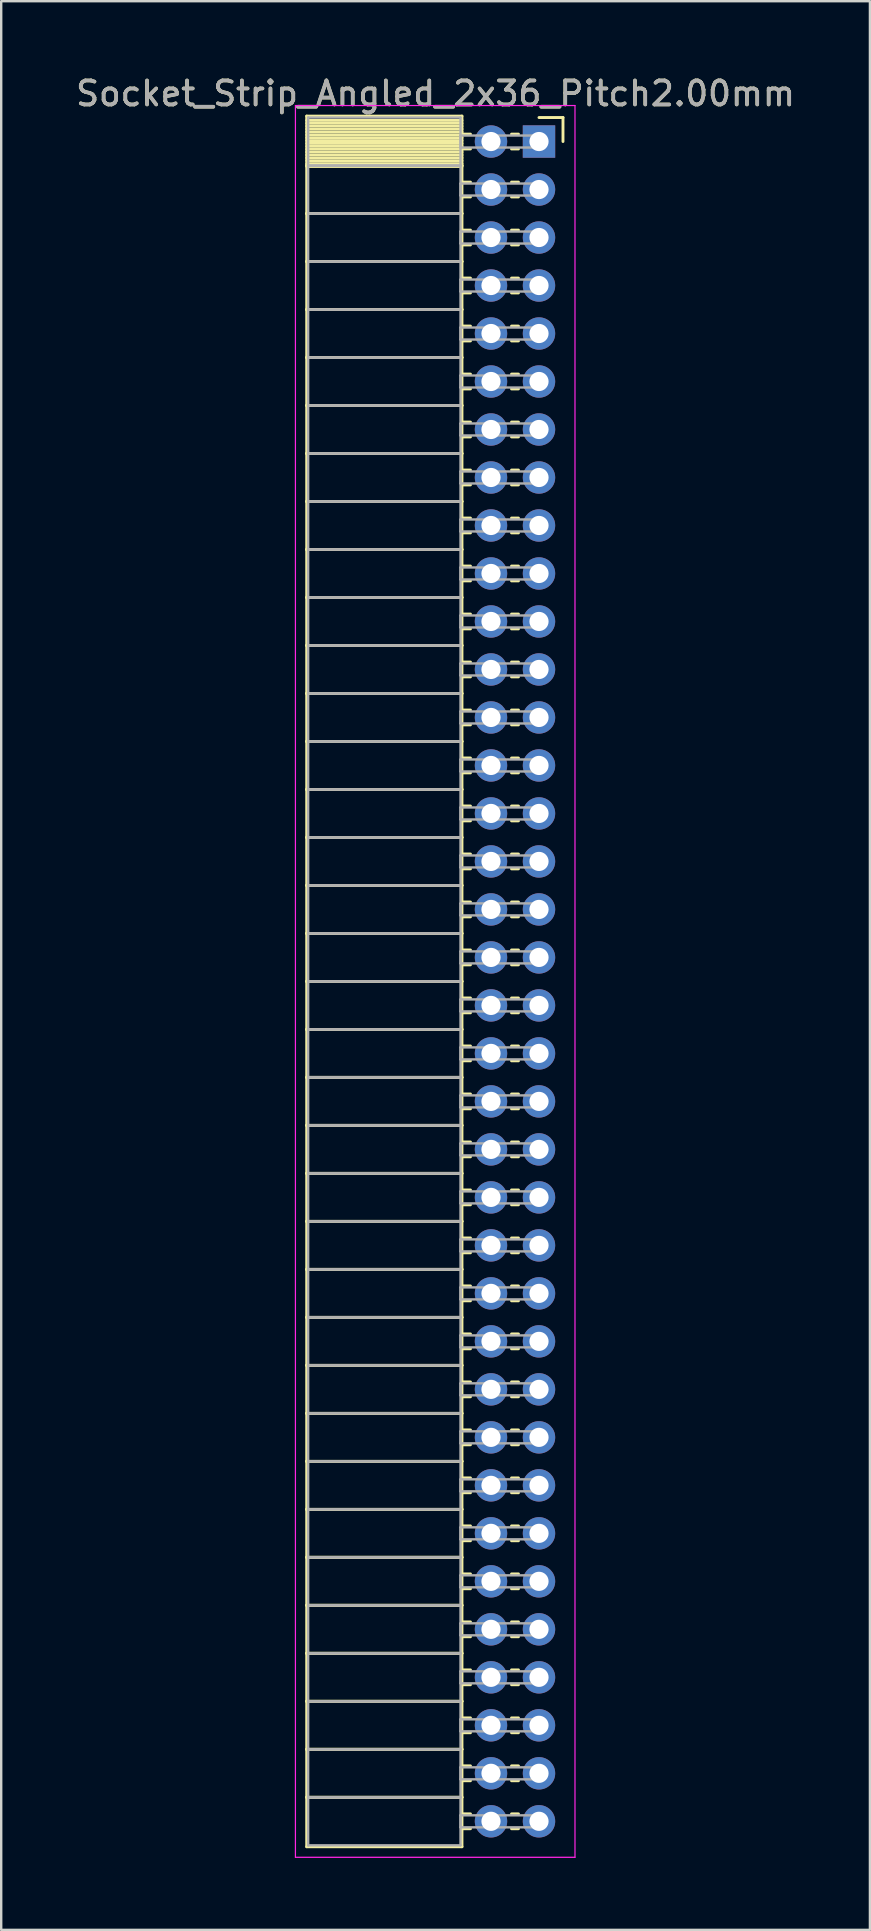
<source format=kicad_pcb>
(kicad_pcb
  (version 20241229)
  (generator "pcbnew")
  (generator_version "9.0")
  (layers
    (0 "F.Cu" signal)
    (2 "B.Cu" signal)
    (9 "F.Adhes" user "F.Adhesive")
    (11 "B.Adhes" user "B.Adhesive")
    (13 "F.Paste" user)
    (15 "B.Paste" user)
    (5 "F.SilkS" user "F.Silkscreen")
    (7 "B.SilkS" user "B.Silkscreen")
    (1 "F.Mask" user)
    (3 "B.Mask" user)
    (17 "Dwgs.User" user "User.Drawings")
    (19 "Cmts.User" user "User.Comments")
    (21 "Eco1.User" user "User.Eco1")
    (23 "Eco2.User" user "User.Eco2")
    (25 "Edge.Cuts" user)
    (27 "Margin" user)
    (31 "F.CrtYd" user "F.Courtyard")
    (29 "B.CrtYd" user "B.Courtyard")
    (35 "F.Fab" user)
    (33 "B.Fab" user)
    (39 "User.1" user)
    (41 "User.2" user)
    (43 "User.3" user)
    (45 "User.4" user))
  (footprint "Socket_Strip_Angled_2x36_Pitch2.00mm"
    (layer "F.Cu")
    (at 19.411 2.848)
    (property "Reference" "Socket_Strip_Angled_2x36_Pitch2.00mm" (at -4.31 -2 0) (layer "F.SilkS") (effects (font (size 1 1) (thickness 0.15))))
    (attr through_hole)
    (fp_line (start -9.68 -1.06) (end -3.21 -1.06) (stroke (width 0.12) (type solid)) (layer "F.SilkS"))
    (fp_line (start -9.68 1) (end -9.68 -1.06) (stroke (width 0.12) (type solid)) (layer "F.SilkS"))
    (fp_line (start -9.68 1) (end -3.21 1) (stroke (width 0.12) (type solid)) (layer "F.SilkS"))
    (fp_line (start -9.68 3) (end -9.68 1) (stroke (width 0.12) (type solid)) (layer "F.SilkS"))
    (fp_line (start -9.68 3) (end -3.21 3) (stroke (width 0.12) (type solid)) (layer "F.SilkS"))
    (fp_line (start -9.68 5) (end -9.68 3) (stroke (width 0.12) (type solid)) (layer "F.SilkS"))
    (fp_line (start -9.68 5) (end -3.21 5) (stroke (width 0.12) (type solid)) (layer "F.SilkS"))
    (fp_line (start -9.68 7) (end -9.68 5) (stroke (width 0.12) (type solid)) (layer "F.SilkS"))
    (fp_line (start -9.68 7) (end -3.21 7) (stroke (width 0.12) (type solid)) (layer "F.SilkS"))
    (fp_line (start -9.68 9) (end -9.68 7) (stroke (width 0.12) (type solid)) (layer "F.SilkS"))
    (fp_line (start -9.68 9) (end -3.21 9) (stroke (width 0.12) (type solid)) (layer "F.SilkS"))
    (fp_line (start -9.68 11) (end -9.68 9) (stroke (width 0.12) (type solid)) (layer "F.SilkS"))
    (fp_line (start -9.68 11) (end -3.21 11) (stroke (width 0.12) (type solid)) (layer "F.SilkS"))
    (fp_line (start -9.68 13) (end -9.68 11) (stroke (width 0.12) (type solid)) (layer "F.SilkS"))
    (fp_line (start -9.68 13) (end -3.21 13) (stroke (width 0.12) (type solid)) (layer "F.SilkS"))
    (fp_line (start -9.68 15) (end -9.68 13) (stroke (width 0.12) (type solid)) (layer "F.SilkS"))
    (fp_line (start -9.68 15) (end -3.21 15) (stroke (width 0.12) (type solid)) (layer "F.SilkS"))
    (fp_line (start -9.68 17) (end -9.68 15) (stroke (width 0.12) (type solid)) (layer "F.SilkS"))
    (fp_line (start -9.68 17) (end -3.21 17) (stroke (width 0.12) (type solid)) (layer "F.SilkS"))
    (fp_line (start -9.68 19) (end -9.68 17) (stroke (width 0.12) (type solid)) (layer "F.SilkS"))
    (fp_line (start -9.68 19) (end -3.21 19) (stroke (width 0.12) (type solid)) (layer "F.SilkS"))
    (fp_line (start -9.68 21) (end -9.68 19) (stroke (width 0.12) (type solid)) (layer "F.SilkS"))
    (fp_line (start -9.68 21) (end -3.21 21) (stroke (width 0.12) (type solid)) (layer "F.SilkS"))
    (fp_line (start -9.68 23) (end -9.68 21) (stroke (width 0.12) (type solid)) (layer "F.SilkS"))
    (fp_line (start -9.68 23) (end -3.21 23) (stroke (width 0.12) (type solid)) (layer "F.SilkS"))
    (fp_line (start -9.68 25) (end -9.68 23) (stroke (width 0.12) (type solid)) (layer "F.SilkS"))
    (fp_line (start -9.68 25) (end -3.21 25) (stroke (width 0.12) (type solid)) (layer "F.SilkS"))
    (fp_line (start -9.68 27) (end -9.68 25) (stroke (width 0.12) (type solid)) (layer "F.SilkS"))
    (fp_line (start -9.68 27) (end -3.21 27) (stroke (width 0.12) (type solid)) (layer "F.SilkS"))
    (fp_line (start -9.68 29) (end -9.68 27) (stroke (width 0.12) (type solid)) (layer "F.SilkS"))
    (fp_line (start -9.68 29) (end -3.21 29) (stroke (width 0.12) (type solid)) (layer "F.SilkS"))
    (fp_line (start -9.68 31) (end -9.68 29) (stroke (width 0.12) (type solid)) (layer "F.SilkS"))
    (fp_line (start -9.68 31) (end -3.21 31) (stroke (width 0.12) (type solid)) (layer "F.SilkS"))
    (fp_line (start -9.68 33) (end -9.68 31) (stroke (width 0.12) (type solid)) (layer "F.SilkS"))
    (fp_line (start -9.68 33) (end -3.21 33) (stroke (width 0.12) (type solid)) (layer "F.SilkS"))
    (fp_line (start -9.68 35) (end -9.68 33) (stroke (width 0.12) (type solid)) (layer "F.SilkS"))
    (fp_line (start -9.68 35) (end -3.21 35) (stroke (width 0.12) (type solid)) (layer "F.SilkS"))
    (fp_line (start -9.68 37) (end -9.68 35) (stroke (width 0.12) (type solid)) (layer "F.SilkS"))
    (fp_line (start -9.68 37) (end -3.21 37) (stroke (width 0.12) (type solid)) (layer "F.SilkS"))
    (fp_line (start -9.68 39) (end -9.68 37) (stroke (width 0.12) (type solid)) (layer "F.SilkS"))
    (fp_line (start -9.68 39) (end -3.21 39) (stroke (width 0.12) (type solid)) (layer "F.SilkS"))
    (fp_line (start -9.68 41) (end -9.68 39) (stroke (width 0.12) (type solid)) (layer "F.SilkS"))
    (fp_line (start -9.68 41) (end -3.21 41) (stroke (width 0.12) (type solid)) (layer "F.SilkS"))
    (fp_line (start -9.68 43) (end -9.68 41) (stroke (width 0.12) (type solid)) (layer "F.SilkS"))
    (fp_line (start -9.68 43) (end -3.21 43) (stroke (width 0.12) (type solid)) (layer "F.SilkS"))
    (fp_line (start -9.68 45) (end -9.68 43) (stroke (width 0.12) (type solid)) (layer "F.SilkS"))
    (fp_line (start -9.68 45) (end -3.21 45) (stroke (width 0.12) (type solid)) (layer "F.SilkS"))
    (fp_line (start -9.68 47) (end -9.68 45) (stroke (width 0.12) (type solid)) (layer "F.SilkS"))
    (fp_line (start -9.68 47) (end -3.21 47) (stroke (width 0.12) (type solid)) (layer "F.SilkS"))
    (fp_line (start -9.68 49) (end -9.68 47) (stroke (width 0.12) (type solid)) (layer "F.SilkS"))
    (fp_line (start -9.68 49) (end -3.21 49) (stroke (width 0.12) (type solid)) (layer "F.SilkS"))
    (fp_line (start -9.68 51) (end -9.68 49) (stroke (width 0.12) (type solid)) (layer "F.SilkS"))
    (fp_line (start -9.68 51) (end -3.21 51) (stroke (width 0.12) (type solid)) (layer "F.SilkS"))
    (fp_line (start -9.68 53) (end -9.68 51) (stroke (width 0.12) (type solid)) (layer "F.SilkS"))
    (fp_line (start -9.68 53) (end -3.21 53) (stroke (width 0.12) (type solid)) (layer "F.SilkS"))
    (fp_line (start -9.68 55) (end -9.68 53) (stroke (width 0.12) (type solid)) (layer "F.SilkS"))
    (fp_line (start -9.68 55) (end -3.21 55) (stroke (width 0.12) (type solid)) (layer "F.SilkS"))
    (fp_line (start -9.68 57) (end -9.68 55) (stroke (width 0.12) (type solid)) (layer "F.SilkS"))
    (fp_line (start -9.68 57) (end -3.21 57) (stroke (width 0.12) (type solid)) (layer "F.SilkS"))
    (fp_line (start -9.68 59) (end -9.68 57) (stroke (width 0.12) (type solid)) (layer "F.SilkS"))
    (fp_line (start -9.68 59) (end -3.21 59) (stroke (width 0.12) (type solid)) (layer "F.SilkS"))
    (fp_line (start -9.68 61) (end -9.68 59) (stroke (width 0.12) (type solid)) (layer "F.SilkS"))
    (fp_line (start -9.68 61) (end -3.21 61) (stroke (width 0.12) (type solid)) (layer "F.SilkS"))
    (fp_line (start -9.68 63) (end -9.68 61) (stroke (width 0.12) (type solid)) (layer "F.SilkS"))
    (fp_line (start -9.68 63) (end -3.21 63) (stroke (width 0.12) (type solid)) (layer "F.SilkS"))
    (fp_line (start -9.68 65) (end -9.68 63) (stroke (width 0.12) (type solid)) (layer "F.SilkS"))
    (fp_line (start -9.68 65) (end -3.21 65) (stroke (width 0.12) (type solid)) (layer "F.SilkS"))
    (fp_line (start -9.68 67) (end -9.68 65) (stroke (width 0.12) (type solid)) (layer "F.SilkS"))
    (fp_line (start -9.68 67) (end -3.21 67) (stroke (width 0.12) (type solid)) (layer "F.SilkS"))
    (fp_line (start -9.68 69) (end -9.68 67) (stroke (width 0.12) (type solid)) (layer "F.SilkS"))
    (fp_line (start -9.68 69) (end -3.21 69) (stroke (width 0.12) (type solid)) (layer "F.SilkS"))
    (fp_line (start -9.68 71.06) (end -9.68 69) (stroke (width 0.12) (type solid)) (layer "F.SilkS"))
    (fp_line (start -3.21 -1.06) (end -3.21 1) (stroke (width 0.12) (type solid)) (layer "F.SilkS"))
    (fp_line (start -3.21 -0.88) (end -9.68 -0.88) (stroke (width 0.12) (type solid)) (layer "F.SilkS"))
    (fp_line (start -3.21 -0.76) (end -9.68 -0.76) (stroke (width 0.12) (type solid)) (layer "F.SilkS"))
    (fp_line (start -3.21 -0.64) (end -9.68 -0.64) (stroke (width 0.12) (type solid)) (layer "F.SilkS"))
    (fp_line (start -3.21 -0.52) (end -9.68 -0.52) (stroke (width 0.12) (type solid)) (layer "F.SilkS"))
    (fp_line (start -3.21 -0.4) (end -9.68 -0.4) (stroke (width 0.12) (type solid)) (layer "F.SilkS"))
    (fp_line (start -3.21 -0.28) (end -9.68 -0.28) (stroke (width 0.12) (type solid)) (layer "F.SilkS"))
    (fp_line (start -3.21 -0.16) (end -9.68 -0.16) (stroke (width 0.12) (type solid)) (layer "F.SilkS"))
    (fp_line (start -3.21 -0.04) (end -9.68 -0.04) (stroke (width 0.12) (type solid)) (layer "F.SilkS"))
    (fp_line (start -3.21 0.08) (end -9.68 0.08) (stroke (width 0.12) (type solid)) (layer "F.SilkS"))
    (fp_line (start -3.21 0.2) (end -9.68 0.2) (stroke (width 0.12) (type solid)) (layer "F.SilkS"))
    (fp_line (start -3.21 0.32) (end -9.68 0.32) (stroke (width 0.12) (type solid)) (layer "F.SilkS"))
    (fp_line (start -3.21 0.44) (end -9.68 0.44) (stroke (width 0.12) (type solid)) (layer "F.SilkS"))
    (fp_line (start -3.21 0.56) (end -9.68 0.56) (stroke (width 0.12) (type solid)) (layer "F.SilkS"))
    (fp_line (start -3.21 0.68) (end -9.68 0.68) (stroke (width 0.12) (type solid)) (layer "F.SilkS"))
    (fp_line (start -3.21 0.8) (end -9.68 0.8) (stroke (width 0.12) (type solid)) (layer "F.SilkS"))
    (fp_line (start -3.21 0.92) (end -9.68 0.92) (stroke (width 0.12) (type solid)) (layer "F.SilkS"))
    (fp_line (start -3.21 1) (end -9.68 1) (stroke (width 0.12) (type solid)) (layer "F.SilkS"))
    (fp_line (start -3.21 1) (end -3.21 3) (stroke (width 0.12) (type solid)) (layer "F.SilkS"))
    (fp_line (start -3.21 1.04) (end -9.68 1.04) (stroke (width 0.12) (type solid)) (layer "F.SilkS"))
    (fp_line (start -3.21 3) (end -9.68 3) (stroke (width 0.12) (type solid)) (layer "F.SilkS"))
    (fp_line (start -3.21 3) (end -3.21 5) (stroke (width 0.12) (type solid)) (layer "F.SilkS"))
    (fp_line (start -3.21 5) (end -9.68 5) (stroke (width 0.12) (type solid)) (layer "F.SilkS"))
    (fp_line (start -3.21 5) (end -3.21 7) (stroke (width 0.12) (type solid)) (layer "F.SilkS"))
    (fp_line (start -3.21 7) (end -9.68 7) (stroke (width 0.12) (type solid)) (layer "F.SilkS"))
    (fp_line (start -3.21 7) (end -3.21 9) (stroke (width 0.12) (type solid)) (layer "F.SilkS"))
    (fp_line (start -3.21 9) (end -9.68 9) (stroke (width 0.12) (type solid)) (layer "F.SilkS"))
    (fp_line (start -3.21 9) (end -3.21 11) (stroke (width 0.12) (type solid)) (layer "F.SilkS"))
    (fp_line (start -3.21 11) (end -9.68 11) (stroke (width 0.12) (type solid)) (layer "F.SilkS"))
    (fp_line (start -3.21 11) (end -3.21 13) (stroke (width 0.12) (type solid)) (layer "F.SilkS"))
    (fp_line (start -3.21 13) (end -9.68 13) (stroke (width 0.12) (type solid)) (layer "F.SilkS"))
    (fp_line (start -3.21 13) (end -3.21 15) (stroke (width 0.12) (type solid)) (layer "F.SilkS"))
    (fp_line (start -3.21 15) (end -9.68 15) (stroke (width 0.12) (type solid)) (layer "F.SilkS"))
    (fp_line (start -3.21 15) (end -3.21 17) (stroke (width 0.12) (type solid)) (layer "F.SilkS"))
    (fp_line (start -3.21 17) (end -9.68 17) (stroke (width 0.12) (type solid)) (layer "F.SilkS"))
    (fp_line (start -3.21 17) (end -3.21 19) (stroke (width 0.12) (type solid)) (layer "F.SilkS"))
    (fp_line (start -3.21 19) (end -9.68 19) (stroke (width 0.12) (type solid)) (layer "F.SilkS"))
    (fp_line (start -3.21 19) (end -3.21 21) (stroke (width 0.12) (type solid)) (layer "F.SilkS"))
    (fp_line (start -3.21 21) (end -9.68 21) (stroke (width 0.12) (type solid)) (layer "F.SilkS"))
    (fp_line (start -3.21 21) (end -3.21 23) (stroke (width 0.12) (type solid)) (layer "F.SilkS"))
    (fp_line (start -3.21 23) (end -9.68 23) (stroke (width 0.12) (type solid)) (layer "F.SilkS"))
    (fp_line (start -3.21 23) (end -3.21 25) (stroke (width 0.12) (type solid)) (layer "F.SilkS"))
    (fp_line (start -3.21 25) (end -9.68 25) (stroke (width 0.12) (type solid)) (layer "F.SilkS"))
    (fp_line (start -3.21 25) (end -3.21 27) (stroke (width 0.12) (type solid)) (layer "F.SilkS"))
    (fp_line (start -3.21 27) (end -9.68 27) (stroke (width 0.12) (type solid)) (layer "F.SilkS"))
    (fp_line (start -3.21 27) (end -3.21 29) (stroke (width 0.12) (type solid)) (layer "F.SilkS"))
    (fp_line (start -3.21 29) (end -9.68 29) (stroke (width 0.12) (type solid)) (layer "F.SilkS"))
    (fp_line (start -3.21 29) (end -3.21 31) (stroke (width 0.12) (type solid)) (layer "F.SilkS"))
    (fp_line (start -3.21 31) (end -9.68 31) (stroke (width 0.12) (type solid)) (layer "F.SilkS"))
    (fp_line (start -3.21 31) (end -3.21 33) (stroke (width 0.12) (type solid)) (layer "F.SilkS"))
    (fp_line (start -3.21 33) (end -9.68 33) (stroke (width 0.12) (type solid)) (layer "F.SilkS"))
    (fp_line (start -3.21 33) (end -3.21 35) (stroke (width 0.12) (type solid)) (layer "F.SilkS"))
    (fp_line (start -3.21 35) (end -9.68 35) (stroke (width 0.12) (type solid)) (layer "F.SilkS"))
    (fp_line (start -3.21 35) (end -3.21 37) (stroke (width 0.12) (type solid)) (layer "F.SilkS"))
    (fp_line (start -3.21 37) (end -9.68 37) (stroke (width 0.12) (type solid)) (layer "F.SilkS"))
    (fp_line (start -3.21 37) (end -3.21 39) (stroke (width 0.12) (type solid)) (layer "F.SilkS"))
    (fp_line (start -3.21 39) (end -9.68 39) (stroke (width 0.12) (type solid)) (layer "F.SilkS"))
    (fp_line (start -3.21 39) (end -3.21 41) (stroke (width 0.12) (type solid)) (layer "F.SilkS"))
    (fp_line (start -3.21 41) (end -9.68 41) (stroke (width 0.12) (type solid)) (layer "F.SilkS"))
    (fp_line (start -3.21 41) (end -3.21 43) (stroke (width 0.12) (type solid)) (layer "F.SilkS"))
    (fp_line (start -3.21 43) (end -9.68 43) (stroke (width 0.12) (type solid)) (layer "F.SilkS"))
    (fp_line (start -3.21 43) (end -3.21 45) (stroke (width 0.12) (type solid)) (layer "F.SilkS"))
    (fp_line (start -3.21 45) (end -9.68 45) (stroke (width 0.12) (type solid)) (layer "F.SilkS"))
    (fp_line (start -3.21 45) (end -3.21 47) (stroke (width 0.12) (type solid)) (layer "F.SilkS"))
    (fp_line (start -3.21 47) (end -9.68 47) (stroke (width 0.12) (type solid)) (layer "F.SilkS"))
    (fp_line (start -3.21 47) (end -3.21 49) (stroke (width 0.12) (type solid)) (layer "F.SilkS"))
    (fp_line (start -3.21 49) (end -9.68 49) (stroke (width 0.12) (type solid)) (layer "F.SilkS"))
    (fp_line (start -3.21 49) (end -3.21 51) (stroke (width 0.12) (type solid)) (layer "F.SilkS"))
    (fp_line (start -3.21 51) (end -9.68 51) (stroke (width 0.12) (type solid)) (layer "F.SilkS"))
    (fp_line (start -3.21 51) (end -3.21 53) (stroke (width 0.12) (type solid)) (layer "F.SilkS"))
    (fp_line (start -3.21 53) (end -9.68 53) (stroke (width 0.12) (type solid)) (layer "F.SilkS"))
    (fp_line (start -3.21 53) (end -3.21 55) (stroke (width 0.12) (type solid)) (layer "F.SilkS"))
    (fp_line (start -3.21 55) (end -9.68 55) (stroke (width 0.12) (type solid)) (layer "F.SilkS"))
    (fp_line (start -3.21 55) (end -3.21 57) (stroke (width 0.12) (type solid)) (layer "F.SilkS"))
    (fp_line (start -3.21 57) (end -9.68 57) (stroke (width 0.12) (type solid)) (layer "F.SilkS"))
    (fp_line (start -3.21 57) (end -3.21 59) (stroke (width 0.12) (type solid)) (layer "F.SilkS"))
    (fp_line (start -3.21 59) (end -9.68 59) (stroke (width 0.12) (type solid)) (layer "F.SilkS"))
    (fp_line (start -3.21 59) (end -3.21 61) (stroke (width 0.12) (type solid)) (layer "F.SilkS"))
    (fp_line (start -3.21 61) (end -9.68 61) (stroke (width 0.12) (type solid)) (layer "F.SilkS"))
    (fp_line (start -3.21 61) (end -3.21 63) (stroke (width 0.12) (type solid)) (layer "F.SilkS"))
    (fp_line (start -3.21 63) (end -9.68 63) (stroke (width 0.12) (type solid)) (layer "F.SilkS"))
    (fp_line (start -3.21 63) (end -3.21 65) (stroke (width 0.12) (type solid)) (layer "F.SilkS"))
    (fp_line (start -3.21 65) (end -9.68 65) (stroke (width 0.12) (type solid)) (layer "F.SilkS"))
    (fp_line (start -3.21 65) (end -3.21 67) (stroke (width 0.12) (type solid)) (layer "F.SilkS"))
    (fp_line (start -3.21 67) (end -9.68 67) (stroke (width 0.12) (type solid)) (layer "F.SilkS"))
    (fp_line (start -3.21 67) (end -3.21 69) (stroke (width 0.12) (type solid)) (layer "F.SilkS"))
    (fp_line (start -3.21 69) (end -9.68 69) (stroke (width 0.12) (type solid)) (layer "F.SilkS"))
    (fp_line (start -3.21 69) (end -3.21 71.06) (stroke (width 0.12) (type solid)) (layer "F.SilkS"))
    (fp_line (start -3.21 71.06) (end -9.68 71.06) (stroke (width 0.12) (type solid)) (layer "F.SilkS"))
    (fp_line (start -2.855 -0.31) (end -3.21 -0.31) (stroke (width 0.12) (type solid)) (layer "F.SilkS"))
    (fp_line (start -2.855 0.31) (end -3.21 0.31) (stroke (width 0.12) (type solid)) (layer "F.SilkS"))
    (fp_line (start -2.855 1.69) (end -3.21 1.69) (stroke (width 0.12) (type solid)) (layer "F.SilkS"))
    (fp_line (start -2.855 2.31) (end -3.21 2.31) (stroke (width 0.12) (type solid)) (layer "F.SilkS"))
    (fp_line (start -2.855 3.69) (end -3.21 3.69) (stroke (width 0.12) (type solid)) (layer "F.SilkS"))
    (fp_line (start -2.855 4.31) (end -3.21 4.31) (stroke (width 0.12) (type solid)) (layer "F.SilkS"))
    (fp_line (start -2.855 5.69) (end -3.21 5.69) (stroke (width 0.12) (type solid)) (layer "F.SilkS"))
    (fp_line (start -2.855 6.31) (end -3.21 6.31) (stroke (width 0.12) (type solid)) (layer "F.SilkS"))
    (fp_line (start -2.855 7.69) (end -3.21 7.69) (stroke (width 0.12) (type solid)) (layer "F.SilkS"))
    (fp_line (start -2.855 8.31) (end -3.21 8.31) (stroke (width 0.12) (type solid)) (layer "F.SilkS"))
    (fp_line (start -2.855 9.69) (end -3.21 9.69) (stroke (width 0.12) (type solid)) (layer "F.SilkS"))
    (fp_line (start -2.855 10.31) (end -3.21 10.31) (stroke (width 0.12) (type solid)) (layer "F.SilkS"))
    (fp_line (start -2.855 11.69) (end -3.21 11.69) (stroke (width 0.12) (type solid)) (layer "F.SilkS"))
    (fp_line (start -2.855 12.31) (end -3.21 12.31) (stroke (width 0.12) (type solid)) (layer "F.SilkS"))
    (fp_line (start -2.855 13.69) (end -3.21 13.69) (stroke (width 0.12) (type solid)) (layer "F.SilkS"))
    (fp_line (start -2.855 14.31) (end -3.21 14.31) (stroke (width 0.12) (type solid)) (layer "F.SilkS"))
    (fp_line (start -2.855 15.69) (end -3.21 15.69) (stroke (width 0.12) (type solid)) (layer "F.SilkS"))
    (fp_line (start -2.855 16.31) (end -3.21 16.31) (stroke (width 0.12) (type solid)) (layer "F.SilkS"))
    (fp_line (start -2.855 17.69) (end -3.21 17.69) (stroke (width 0.12) (type solid)) (layer "F.SilkS"))
    (fp_line (start -2.855 18.31) (end -3.21 18.31) (stroke (width 0.12) (type solid)) (layer "F.SilkS"))
    (fp_line (start -2.855 19.69) (end -3.21 19.69) (stroke (width 0.12) (type solid)) (layer "F.SilkS"))
    (fp_line (start -2.855 20.31) (end -3.21 20.31) (stroke (width 0.12) (type solid)) (layer "F.SilkS"))
    (fp_line (start -2.855 21.69) (end -3.21 21.69) (stroke (width 0.12) (type solid)) (layer "F.SilkS"))
    (fp_line (start -2.855 22.31) (end -3.21 22.31) (stroke (width 0.12) (type solid)) (layer "F.SilkS"))
    (fp_line (start -2.855 23.69) (end -3.21 23.69) (stroke (width 0.12) (type solid)) (layer "F.SilkS"))
    (fp_line (start -2.855 24.31) (end -3.21 24.31) (stroke (width 0.12) (type solid)) (layer "F.SilkS"))
    (fp_line (start -2.855 25.69) (end -3.21 25.69) (stroke (width 0.12) (type solid)) (layer "F.SilkS"))
    (fp_line (start -2.855 26.31) (end -3.21 26.31) (stroke (width 0.12) (type solid)) (layer "F.SilkS"))
    (fp_line (start -2.855 27.69) (end -3.21 27.69) (stroke (width 0.12) (type solid)) (layer "F.SilkS"))
    (fp_line (start -2.855 28.31) (end -3.21 28.31) (stroke (width 0.12) (type solid)) (layer "F.SilkS"))
    (fp_line (start -2.855 29.69) (end -3.21 29.69) (stroke (width 0.12) (type solid)) (layer "F.SilkS"))
    (fp_line (start -2.855 30.31) (end -3.21 30.31) (stroke (width 0.12) (type solid)) (layer "F.SilkS"))
    (fp_line (start -2.855 31.69) (end -3.21 31.69) (stroke (width 0.12) (type solid)) (layer "F.SilkS"))
    (fp_line (start -2.855 32.31) (end -3.21 32.31) (stroke (width 0.12) (type solid)) (layer "F.SilkS"))
    (fp_line (start -2.855 33.69) (end -3.21 33.69) (stroke (width 0.12) (type solid)) (layer "F.SilkS"))
    (fp_line (start -2.855 34.31) (end -3.21 34.31) (stroke (width 0.12) (type solid)) (layer "F.SilkS"))
    (fp_line (start -2.855 35.69) (end -3.21 35.69) (stroke (width 0.12) (type solid)) (layer "F.SilkS"))
    (fp_line (start -2.855 36.31) (end -3.21 36.31) (stroke (width 0.12) (type solid)) (layer "F.SilkS"))
    (fp_line (start -2.855 37.69) (end -3.21 37.69) (stroke (width 0.12) (type solid)) (layer "F.SilkS"))
    (fp_line (start -2.855 38.31) (end -3.21 38.31) (stroke (width 0.12) (type solid)) (layer "F.SilkS"))
    (fp_line (start -2.855 39.69) (end -3.21 39.69) (stroke (width 0.12) (type solid)) (layer "F.SilkS"))
    (fp_line (start -2.855 40.31) (end -3.21 40.31) (stroke (width 0.12) (type solid)) (layer "F.SilkS"))
    (fp_line (start -2.855 41.69) (end -3.21 41.69) (stroke (width 0.12) (type solid)) (layer "F.SilkS"))
    (fp_line (start -2.855 42.31) (end -3.21 42.31) (stroke (width 0.12) (type solid)) (layer "F.SilkS"))
    (fp_line (start -2.855 43.69) (end -3.21 43.69) (stroke (width 0.12) (type solid)) (layer "F.SilkS"))
    (fp_line (start -2.855 44.31) (end -3.21 44.31) (stroke (width 0.12) (type solid)) (layer "F.SilkS"))
    (fp_line (start -2.855 45.69) (end -3.21 45.69) (stroke (width 0.12) (type solid)) (layer "F.SilkS"))
    (fp_line (start -2.855 46.31) (end -3.21 46.31) (stroke (width 0.12) (type solid)) (layer "F.SilkS"))
    (fp_line (start -2.855 47.69) (end -3.21 47.69) (stroke (width 0.12) (type solid)) (layer "F.SilkS"))
    (fp_line (start -2.855 48.31) (end -3.21 48.31) (stroke (width 0.12) (type solid)) (layer "F.SilkS"))
    (fp_line (start -2.855 49.69) (end -3.21 49.69) (stroke (width 0.12) (type solid)) (layer "F.SilkS"))
    (fp_line (start -2.855 50.31) (end -3.21 50.31) (stroke (width 0.12) (type solid)) (layer "F.SilkS"))
    (fp_line (start -2.855 51.69) (end -3.21 51.69) (stroke (width 0.12) (type solid)) (layer "F.SilkS"))
    (fp_line (start -2.855 52.31) (end -3.21 52.31) (stroke (width 0.12) (type solid)) (layer "F.SilkS"))
    (fp_line (start -2.855 53.69) (end -3.21 53.69) (stroke (width 0.12) (type solid)) (layer "F.SilkS"))
    (fp_line (start -2.855 54.31) (end -3.21 54.31) (stroke (width 0.12) (type solid)) (layer "F.SilkS"))
    (fp_line (start -2.855 55.69) (end -3.21 55.69) (stroke (width 0.12) (type solid)) (layer "F.SilkS"))
    (fp_line (start -2.855 56.31) (end -3.21 56.31) (stroke (width 0.12) (type solid)) (layer "F.SilkS"))
    (fp_line (start -2.855 57.69) (end -3.21 57.69) (stroke (width 0.12) (type solid)) (layer "F.SilkS"))
    (fp_line (start -2.855 58.31) (end -3.21 58.31) (stroke (width 0.12) (type solid)) (layer "F.SilkS"))
    (fp_line (start -2.855 59.69) (end -3.21 59.69) (stroke (width 0.12) (type solid)) (layer "F.SilkS"))
    (fp_line (start -2.855 60.31) (end -3.21 60.31) (stroke (width 0.12) (type solid)) (layer "F.SilkS"))
    (fp_line (start -2.855 61.69) (end -3.21 61.69) (stroke (width 0.12) (type solid)) (layer "F.SilkS"))
    (fp_line (start -2.855 62.31) (end -3.21 62.31) (stroke (width 0.12) (type solid)) (layer "F.SilkS"))
    (fp_line (start -2.855 63.69) (end -3.21 63.69) (stroke (width 0.12) (type solid)) (layer "F.SilkS"))
    (fp_line (start -2.855 64.31) (end -3.21 64.31) (stroke (width 0.12) (type solid)) (layer "F.SilkS"))
    (fp_line (start -2.855 65.69) (end -3.21 65.69) (stroke (width 0.12) (type solid)) (layer "F.SilkS"))
    (fp_line (start -2.855 66.31) (end -3.21 66.31) (stroke (width 0.12) (type solid)) (layer "F.SilkS"))
    (fp_line (start -2.855 67.69) (end -3.21 67.69) (stroke (width 0.12) (type solid)) (layer "F.SilkS"))
    (fp_line (start -2.855 68.31) (end -3.21 68.31) (stroke (width 0.12) (type solid)) (layer "F.SilkS"))
    (fp_line (start -2.855 69.69) (end -3.21 69.69) (stroke (width 0.12) (type solid)) (layer "F.SilkS"))
    (fp_line (start -2.855 70.31) (end -3.21 70.31) (stroke (width 0.12) (type solid)) (layer "F.SilkS"))
    (fp_line (start -0.855 -0.31) (end -1.145 -0.31) (stroke (width 0.12) (type solid)) (layer "F.SilkS"))
    (fp_line (start -0.855 0.31) (end -1.145 0.31) (stroke (width 0.12) (type solid)) (layer "F.SilkS"))
    (fp_line (start -0.855 1.69) (end -1.145 1.69) (stroke (width 0.12) (type solid)) (layer "F.SilkS"))
    (fp_line (start -0.855 2.31) (end -1.145 2.31) (stroke (width 0.12) (type solid)) (layer "F.SilkS"))
    (fp_line (start -0.855 3.69) (end -1.145 3.69) (stroke (width 0.12) (type solid)) (layer "F.SilkS"))
    (fp_line (start -0.855 4.31) (end -1.145 4.31) (stroke (width 0.12) (type solid)) (layer "F.SilkS"))
    (fp_line (start -0.855 5.69) (end -1.145 5.69) (stroke (width 0.12) (type solid)) (layer "F.SilkS"))
    (fp_line (start -0.855 6.31) (end -1.145 6.31) (stroke (width 0.12) (type solid)) (layer "F.SilkS"))
    (fp_line (start -0.855 7.69) (end -1.145 7.69) (stroke (width 0.12) (type solid)) (layer "F.SilkS"))
    (fp_line (start -0.855 8.31) (end -1.145 8.31) (stroke (width 0.12) (type solid)) (layer "F.SilkS"))
    (fp_line (start -0.855 9.69) (end -1.145 9.69) (stroke (width 0.12) (type solid)) (layer "F.SilkS"))
    (fp_line (start -0.855 10.31) (end -1.145 10.31) (stroke (width 0.12) (type solid)) (layer "F.SilkS"))
    (fp_line (start -0.855 11.69) (end -1.145 11.69) (stroke (width 0.12) (type solid)) (layer "F.SilkS"))
    (fp_line (start -0.855 12.31) (end -1.145 12.31) (stroke (width 0.12) (type solid)) (layer "F.SilkS"))
    (fp_line (start -0.855 13.69) (end -1.145 13.69) (stroke (width 0.12) (type solid)) (layer "F.SilkS"))
    (fp_line (start -0.855 14.31) (end -1.145 14.31) (stroke (width 0.12) (type solid)) (layer "F.SilkS"))
    (fp_line (start -0.855 15.69) (end -1.145 15.69) (stroke (width 0.12) (type solid)) (layer "F.SilkS"))
    (fp_line (start -0.855 16.31) (end -1.145 16.31) (stroke (width 0.12) (type solid)) (layer "F.SilkS"))
    (fp_line (start -0.855 17.69) (end -1.145 17.69) (stroke (width 0.12) (type solid)) (layer "F.SilkS"))
    (fp_line (start -0.855 18.31) (end -1.145 18.31) (stroke (width 0.12) (type solid)) (layer "F.SilkS"))
    (fp_line (start -0.855 19.69) (end -1.145 19.69) (stroke (width 0.12) (type solid)) (layer "F.SilkS"))
    (fp_line (start -0.855 20.31) (end -1.145 20.31) (stroke (width 0.12) (type solid)) (layer "F.SilkS"))
    (fp_line (start -0.855 21.69) (end -1.145 21.69) (stroke (width 0.12) (type solid)) (layer "F.SilkS"))
    (fp_line (start -0.855 22.31) (end -1.145 22.31) (stroke (width 0.12) (type solid)) (layer "F.SilkS"))
    (fp_line (start -0.855 23.69) (end -1.145 23.69) (stroke (width 0.12) (type solid)) (layer "F.SilkS"))
    (fp_line (start -0.855 24.31) (end -1.145 24.31) (stroke (width 0.12) (type solid)) (layer "F.SilkS"))
    (fp_line (start -0.855 25.69) (end -1.145 25.69) (stroke (width 0.12) (type solid)) (layer "F.SilkS"))
    (fp_line (start -0.855 26.31) (end -1.145 26.31) (stroke (width 0.12) (type solid)) (layer "F.SilkS"))
    (fp_line (start -0.855 27.69) (end -1.145 27.69) (stroke (width 0.12) (type solid)) (layer "F.SilkS"))
    (fp_line (start -0.855 28.31) (end -1.145 28.31) (stroke (width 0.12) (type solid)) (layer "F.SilkS"))
    (fp_line (start -0.855 29.69) (end -1.145 29.69) (stroke (width 0.12) (type solid)) (layer "F.SilkS"))
    (fp_line (start -0.855 30.31) (end -1.145 30.31) (stroke (width 0.12) (type solid)) (layer "F.SilkS"))
    (fp_line (start -0.855 31.69) (end -1.145 31.69) (stroke (width 0.12) (type solid)) (layer "F.SilkS"))
    (fp_line (start -0.855 32.31) (end -1.145 32.31) (stroke (width 0.12) (type solid)) (layer "F.SilkS"))
    (fp_line (start -0.855 33.69) (end -1.145 33.69) (stroke (width 0.12) (type solid)) (layer "F.SilkS"))
    (fp_line (start -0.855 34.31) (end -1.145 34.31) (stroke (width 0.12) (type solid)) (layer "F.SilkS"))
    (fp_line (start -0.855 35.69) (end -1.145 35.69) (stroke (width 0.12) (type solid)) (layer "F.SilkS"))
    (fp_line (start -0.855 36.31) (end -1.145 36.31) (stroke (width 0.12) (type solid)) (layer "F.SilkS"))
    (fp_line (start -0.855 37.69) (end -1.145 37.69) (stroke (width 0.12) (type solid)) (layer "F.SilkS"))
    (fp_line (start -0.855 38.31) (end -1.145 38.31) (stroke (width 0.12) (type solid)) (layer "F.SilkS"))
    (fp_line (start -0.855 39.69) (end -1.145 39.69) (stroke (width 0.12) (type solid)) (layer "F.SilkS"))
    (fp_line (start -0.855 40.31) (end -1.145 40.31) (stroke (width 0.12) (type solid)) (layer "F.SilkS"))
    (fp_line (start -0.855 41.69) (end -1.145 41.69) (stroke (width 0.12) (type solid)) (layer "F.SilkS"))
    (fp_line (start -0.855 42.31) (end -1.145 42.31) (stroke (width 0.12) (type solid)) (layer "F.SilkS"))
    (fp_line (start -0.855 43.69) (end -1.145 43.69) (stroke (width 0.12) (type solid)) (layer "F.SilkS"))
    (fp_line (start -0.855 44.31) (end -1.145 44.31) (stroke (width 0.12) (type solid)) (layer "F.SilkS"))
    (fp_line (start -0.855 45.69) (end -1.145 45.69) (stroke (width 0.12) (type solid)) (layer "F.SilkS"))
    (fp_line (start -0.855 46.31) (end -1.145 46.31) (stroke (width 0.12) (type solid)) (layer "F.SilkS"))
    (fp_line (start -0.855 47.69) (end -1.145 47.69) (stroke (width 0.12) (type solid)) (layer "F.SilkS"))
    (fp_line (start -0.855 48.31) (end -1.145 48.31) (stroke (width 0.12) (type solid)) (layer "F.SilkS"))
    (fp_line (start -0.855 49.69) (end -1.145 49.69) (stroke (width 0.12) (type solid)) (layer "F.SilkS"))
    (fp_line (start -0.855 50.31) (end -1.145 50.31) (stroke (width 0.12) (type solid)) (layer "F.SilkS"))
    (fp_line (start -0.855 51.69) (end -1.145 51.69) (stroke (width 0.12) (type solid)) (layer "F.SilkS"))
    (fp_line (start -0.855 52.31) (end -1.145 52.31) (stroke (width 0.12) (type solid)) (layer "F.SilkS"))
    (fp_line (start -0.855 53.69) (end -1.145 53.69) (stroke (width 0.12) (type solid)) (layer "F.SilkS"))
    (fp_line (start -0.855 54.31) (end -1.145 54.31) (stroke (width 0.12) (type solid)) (layer "F.SilkS"))
    (fp_line (start -0.855 55.69) (end -1.145 55.69) (stroke (width 0.12) (type solid)) (layer "F.SilkS"))
    (fp_line (start -0.855 56.31) (end -1.145 56.31) (stroke (width 0.12) (type solid)) (layer "F.SilkS"))
    (fp_line (start -0.855 57.69) (end -1.145 57.69) (stroke (width 0.12) (type solid)) (layer "F.SilkS"))
    (fp_line (start -0.855 58.31) (end -1.145 58.31) (stroke (width 0.12) (type solid)) (layer "F.SilkS"))
    (fp_line (start -0.855 59.69) (end -1.145 59.69) (stroke (width 0.12) (type solid)) (layer "F.SilkS"))
    (fp_line (start -0.855 60.31) (end -1.145 60.31) (stroke (width 0.12) (type solid)) (layer "F.SilkS"))
    (fp_line (start -0.855 61.69) (end -1.145 61.69) (stroke (width 0.12) (type solid)) (layer "F.SilkS"))
    (fp_line (start -0.855 62.31) (end -1.145 62.31) (stroke (width 0.12) (type solid)) (layer "F.SilkS"))
    (fp_line (start -0.855 63.69) (end -1.145 63.69) (stroke (width 0.12) (type solid)) (layer "F.SilkS"))
    (fp_line (start -0.855 64.31) (end -1.145 64.31) (stroke (width 0.12) (type solid)) (layer "F.SilkS"))
    (fp_line (start -0.855 65.69) (end -1.145 65.69) (stroke (width 0.12) (type solid)) (layer "F.SilkS"))
    (fp_line (start -0.855 66.31) (end -1.145 66.31) (stroke (width 0.12) (type solid)) (layer "F.SilkS"))
    (fp_line (start -0.855 67.69) (end -1.145 67.69) (stroke (width 0.12) (type solid)) (layer "F.SilkS"))
    (fp_line (start -0.855 68.31) (end -1.145 68.31) (stroke (width 0.12) (type solid)) (layer "F.SilkS"))
    (fp_line (start -0.855 69.69) (end -1.145 69.69) (stroke (width 0.12) (type solid)) (layer "F.SilkS"))
    (fp_line (start -0.855 70.31) (end -1.145 70.31) (stroke (width 0.12) (type solid)) (layer "F.SilkS"))
    (fp_line (start 0 -1) (end 1 -1) (stroke (width 0.12) (type solid)) (layer "F.SilkS"))
    (fp_line (start 1 -1) (end 1 0) (stroke (width 0.12) (type solid)) (layer "F.SilkS"))
    (fp_line (start -10.15 -1.5) (end 1.5 -1.5) (stroke (width 0.05) (type solid)) (layer "F.CrtYd"))
    (fp_line (start -10.15 71.5) (end -10.15 -1.5) (stroke (width 0.05) (type solid)) (layer "F.CrtYd"))
    (fp_line (start 1.5 -1.5) (end 1.5 71.5) (stroke (width 0.05) (type solid)) (layer "F.CrtYd"))
    (fp_line (start 1.5 71.5) (end -10.15 71.5) (stroke (width 0.05) (type solid)) (layer "F.CrtYd"))
    (fp_line (start -9.62 -1) (end -3.27 -1) (stroke (width 0.1) (type solid)) (layer "F.Fab"))
    (fp_line (start -9.62 1) (end -9.62 -1) (stroke (width 0.1) (type solid)) (layer "F.Fab"))
    (fp_line (start -9.62 1) (end -3.27 1) (stroke (width 0.1) (type solid)) (layer "F.Fab"))
    (fp_line (start -9.62 3) (end -9.62 1) (stroke (width 0.1) (type solid)) (layer "F.Fab"))
    (fp_line (start -9.62 3) (end -3.27 3) (stroke (width 0.1) (type solid)) (layer "F.Fab"))
    (fp_line (start -9.62 5) (end -9.62 3) (stroke (width 0.1) (type solid)) (layer "F.Fab"))
    (fp_line (start -9.62 5) (end -3.27 5) (stroke (width 0.1) (type solid)) (layer "F.Fab"))
    (fp_line (start -9.62 7) (end -9.62 5) (stroke (width 0.1) (type solid)) (layer "F.Fab"))
    (fp_line (start -9.62 7) (end -3.27 7) (stroke (width 0.1) (type solid)) (layer "F.Fab"))
    (fp_line (start -9.62 9) (end -9.62 7) (stroke (width 0.1) (type solid)) (layer "F.Fab"))
    (fp_line (start -9.62 9) (end -3.27 9) (stroke (width 0.1) (type solid)) (layer "F.Fab"))
    (fp_line (start -9.62 11) (end -9.62 9) (stroke (width 0.1) (type solid)) (layer "F.Fab"))
    (fp_line (start -9.62 11) (end -3.27 11) (stroke (width 0.1) (type solid)) (layer "F.Fab"))
    (fp_line (start -9.62 13) (end -9.62 11) (stroke (width 0.1) (type solid)) (layer "F.Fab"))
    (fp_line (start -9.62 13) (end -3.27 13) (stroke (width 0.1) (type solid)) (layer "F.Fab"))
    (fp_line (start -9.62 15) (end -9.62 13) (stroke (width 0.1) (type solid)) (layer "F.Fab"))
    (fp_line (start -9.62 15) (end -3.27 15) (stroke (width 0.1) (type solid)) (layer "F.Fab"))
    (fp_line (start -9.62 17) (end -9.62 15) (stroke (width 0.1) (type solid)) (layer "F.Fab"))
    (fp_line (start -9.62 17) (end -3.27 17) (stroke (width 0.1) (type solid)) (layer "F.Fab"))
    (fp_line (start -9.62 19) (end -9.62 17) (stroke (width 0.1) (type solid)) (layer "F.Fab"))
    (fp_line (start -9.62 19) (end -3.27 19) (stroke (width 0.1) (type solid)) (layer "F.Fab"))
    (fp_line (start -9.62 21) (end -9.62 19) (stroke (width 0.1) (type solid)) (layer "F.Fab"))
    (fp_line (start -9.62 21) (end -3.27 21) (stroke (width 0.1) (type solid)) (layer "F.Fab"))
    (fp_line (start -9.62 23) (end -9.62 21) (stroke (width 0.1) (type solid)) (layer "F.Fab"))
    (fp_line (start -9.62 23) (end -3.27 23) (stroke (width 0.1) (type solid)) (layer "F.Fab"))
    (fp_line (start -9.62 25) (end -9.62 23) (stroke (width 0.1) (type solid)) (layer "F.Fab"))
    (fp_line (start -9.62 25) (end -3.27 25) (stroke (width 0.1) (type solid)) (layer "F.Fab"))
    (fp_line (start -9.62 27) (end -9.62 25) (stroke (width 0.1) (type solid)) (layer "F.Fab"))
    (fp_line (start -9.62 27) (end -3.27 27) (stroke (width 0.1) (type solid)) (layer "F.Fab"))
    (fp_line (start -9.62 29) (end -9.62 27) (stroke (width 0.1) (type solid)) (layer "F.Fab"))
    (fp_line (start -9.62 29) (end -3.27 29) (stroke (width 0.1) (type solid)) (layer "F.Fab"))
    (fp_line (start -9.62 31) (end -9.62 29) (stroke (width 0.1) (type solid)) (layer "F.Fab"))
    (fp_line (start -9.62 31) (end -3.27 31) (stroke (width 0.1) (type solid)) (layer "F.Fab"))
    (fp_line (start -9.62 33) (end -9.62 31) (stroke (width 0.1) (type solid)) (layer "F.Fab"))
    (fp_line (start -9.62 33) (end -3.27 33) (stroke (width 0.1) (type solid)) (layer "F.Fab"))
    (fp_line (start -9.62 35) (end -9.62 33) (stroke (width 0.1) (type solid)) (layer "F.Fab"))
    (fp_line (start -9.62 35) (end -3.27 35) (stroke (width 0.1) (type solid)) (layer "F.Fab"))
    (fp_line (start -9.62 37) (end -9.62 35) (stroke (width 0.1) (type solid)) (layer "F.Fab"))
    (fp_line (start -9.62 37) (end -3.27 37) (stroke (width 0.1) (type solid)) (layer "F.Fab"))
    (fp_line (start -9.62 39) (end -9.62 37) (stroke (width 0.1) (type solid)) (layer "F.Fab"))
    (fp_line (start -9.62 39) (end -3.27 39) (stroke (width 0.1) (type solid)) (layer "F.Fab"))
    (fp_line (start -9.62 41) (end -9.62 39) (stroke (width 0.1) (type solid)) (layer "F.Fab"))
    (fp_line (start -9.62 41) (end -3.27 41) (stroke (width 0.1) (type solid)) (layer "F.Fab"))
    (fp_line (start -9.62 43) (end -9.62 41) (stroke (width 0.1) (type solid)) (layer "F.Fab"))
    (fp_line (start -9.62 43) (end -3.27 43) (stroke (width 0.1) (type solid)) (layer "F.Fab"))
    (fp_line (start -9.62 45) (end -9.62 43) (stroke (width 0.1) (type solid)) (layer "F.Fab"))
    (fp_line (start -9.62 45) (end -3.27 45) (stroke (width 0.1) (type solid)) (layer "F.Fab"))
    (fp_line (start -9.62 47) (end -9.62 45) (stroke (width 0.1) (type solid)) (layer "F.Fab"))
    (fp_line (start -9.62 47) (end -3.27 47) (stroke (width 0.1) (type solid)) (layer "F.Fab"))
    (fp_line (start -9.62 49) (end -9.62 47) (stroke (width 0.1) (type solid)) (layer "F.Fab"))
    (fp_line (start -9.62 49) (end -3.27 49) (stroke (width 0.1) (type solid)) (layer "F.Fab"))
    (fp_line (start -9.62 51) (end -9.62 49) (stroke (width 0.1) (type solid)) (layer "F.Fab"))
    (fp_line (start -9.62 51) (end -3.27 51) (stroke (width 0.1) (type solid)) (layer "F.Fab"))
    (fp_line (start -9.62 53) (end -9.62 51) (stroke (width 0.1) (type solid)) (layer "F.Fab"))
    (fp_line (start -9.62 53) (end -3.27 53) (stroke (width 0.1) (type solid)) (layer "F.Fab"))
    (fp_line (start -9.62 55) (end -9.62 53) (stroke (width 0.1) (type solid)) (layer "F.Fab"))
    (fp_line (start -9.62 55) (end -3.27 55) (stroke (width 0.1) (type solid)) (layer "F.Fab"))
    (fp_line (start -9.62 57) (end -9.62 55) (stroke (width 0.1) (type solid)) (layer "F.Fab"))
    (fp_line (start -9.62 57) (end -3.27 57) (stroke (width 0.1) (type solid)) (layer "F.Fab"))
    (fp_line (start -9.62 59) (end -9.62 57) (stroke (width 0.1) (type solid)) (layer "F.Fab"))
    (fp_line (start -9.62 59) (end -3.27 59) (stroke (width 0.1) (type solid)) (layer "F.Fab"))
    (fp_line (start -9.62 61) (end -9.62 59) (stroke (width 0.1) (type solid)) (layer "F.Fab"))
    (fp_line (start -9.62 61) (end -3.27 61) (stroke (width 0.1) (type solid)) (layer "F.Fab"))
    (fp_line (start -9.62 63) (end -9.62 61) (stroke (width 0.1) (type solid)) (layer "F.Fab"))
    (fp_line (start -9.62 63) (end -3.27 63) (stroke (width 0.1) (type solid)) (layer "F.Fab"))
    (fp_line (start -9.62 65) (end -9.62 63) (stroke (width 0.1) (type solid)) (layer "F.Fab"))
    (fp_line (start -9.62 65) (end -3.27 65) (stroke (width 0.1) (type solid)) (layer "F.Fab"))
    (fp_line (start -9.62 67) (end -9.62 65) (stroke (width 0.1) (type solid)) (layer "F.Fab"))
    (fp_line (start -9.62 67) (end -3.27 67) (stroke (width 0.1) (type solid)) (layer "F.Fab"))
    (fp_line (start -9.62 69) (end -9.62 67) (stroke (width 0.1) (type solid)) (layer "F.Fab"))
    (fp_line (start -9.62 69) (end -3.27 69) (stroke (width 0.1) (type solid)) (layer "F.Fab"))
    (fp_line (start -9.62 71) (end -9.62 69) (stroke (width 0.1) (type solid)) (layer "F.Fab"))
    (fp_line (start -3.27 -1) (end -3.27 1) (stroke (width 0.1) (type solid)) (layer "F.Fab"))
    (fp_line (start -3.27 -0.25) (end 0 -0.25) (stroke (width 0.1) (type solid)) (layer "F.Fab"))
    (fp_line (start -3.27 0.25) (end -3.27 -0.25) (stroke (width 0.1) (type solid)) (layer "F.Fab"))
    (fp_line (start -3.27 1) (end -9.62 1) (stroke (width 0.1) (type solid)) (layer "F.Fab"))
    (fp_line (start -3.27 1) (end -3.27 3) (stroke (width 0.1) (type solid)) (layer "F.Fab"))
    (fp_line (start -3.27 1.75) (end 0 1.75) (stroke (width 0.1) (type solid)) (layer "F.Fab"))
    (fp_line (start -3.27 2.25) (end -3.27 1.75) (stroke (width 0.1) (type solid)) (layer "F.Fab"))
    (fp_line (start -3.27 3) (end -9.62 3) (stroke (width 0.1) (type solid)) (layer "F.Fab"))
    (fp_line (start -3.27 3) (end -3.27 5) (stroke (width 0.1) (type solid)) (layer "F.Fab"))
    (fp_line (start -3.27 3.75) (end 0 3.75) (stroke (width 0.1) (type solid)) (layer "F.Fab"))
    (fp_line (start -3.27 4.25) (end -3.27 3.75) (stroke (width 0.1) (type solid)) (layer "F.Fab"))
    (fp_line (start -3.27 5) (end -9.62 5) (stroke (width 0.1) (type solid)) (layer "F.Fab"))
    (fp_line (start -3.27 5) (end -3.27 7) (stroke (width 0.1) (type solid)) (layer "F.Fab"))
    (fp_line (start -3.27 5.75) (end 0 5.75) (stroke (width 0.1) (type solid)) (layer "F.Fab"))
    (fp_line (start -3.27 6.25) (end -3.27 5.75) (stroke (width 0.1) (type solid)) (layer "F.Fab"))
    (fp_line (start -3.27 7) (end -9.62 7) (stroke (width 0.1) (type solid)) (layer "F.Fab"))
    (fp_line (start -3.27 7) (end -3.27 9) (stroke (width 0.1) (type solid)) (layer "F.Fab"))
    (fp_line (start -3.27 7.75) (end 0 7.75) (stroke (width 0.1) (type solid)) (layer "F.Fab"))
    (fp_line (start -3.27 8.25) (end -3.27 7.75) (stroke (width 0.1) (type solid)) (layer "F.Fab"))
    (fp_line (start -3.27 9) (end -9.62 9) (stroke (width 0.1) (type solid)) (layer "F.Fab"))
    (fp_line (start -3.27 9) (end -3.27 11) (stroke (width 0.1) (type solid)) (layer "F.Fab"))
    (fp_line (start -3.27 9.75) (end 0 9.75) (stroke (width 0.1) (type solid)) (layer "F.Fab"))
    (fp_line (start -3.27 10.25) (end -3.27 9.75) (stroke (width 0.1) (type solid)) (layer "F.Fab"))
    (fp_line (start -3.27 11) (end -9.62 11) (stroke (width 0.1) (type solid)) (layer "F.Fab"))
    (fp_line (start -3.27 11) (end -3.27 13) (stroke (width 0.1) (type solid)) (layer "F.Fab"))
    (fp_line (start -3.27 11.75) (end 0 11.75) (stroke (width 0.1) (type solid)) (layer "F.Fab"))
    (fp_line (start -3.27 12.25) (end -3.27 11.75) (stroke (width 0.1) (type solid)) (layer "F.Fab"))
    (fp_line (start -3.27 13) (end -9.62 13) (stroke (width 0.1) (type solid)) (layer "F.Fab"))
    (fp_line (start -3.27 13) (end -3.27 15) (stroke (width 0.1) (type solid)) (layer "F.Fab"))
    (fp_line (start -3.27 13.75) (end 0 13.75) (stroke (width 0.1) (type solid)) (layer "F.Fab"))
    (fp_line (start -3.27 14.25) (end -3.27 13.75) (stroke (width 0.1) (type solid)) (layer "F.Fab"))
    (fp_line (start -3.27 15) (end -9.62 15) (stroke (width 0.1) (type solid)) (layer "F.Fab"))
    (fp_line (start -3.27 15) (end -3.27 17) (stroke (width 0.1) (type solid)) (layer "F.Fab"))
    (fp_line (start -3.27 15.75) (end 0 15.75) (stroke (width 0.1) (type solid)) (layer "F.Fab"))
    (fp_line (start -3.27 16.25) (end -3.27 15.75) (stroke (width 0.1) (type solid)) (layer "F.Fab"))
    (fp_line (start -3.27 17) (end -9.62 17) (stroke (width 0.1) (type solid)) (layer "F.Fab"))
    (fp_line (start -3.27 17) (end -3.27 19) (stroke (width 0.1) (type solid)) (layer "F.Fab"))
    (fp_line (start -3.27 17.75) (end 0 17.75) (stroke (width 0.1) (type solid)) (layer "F.Fab"))
    (fp_line (start -3.27 18.25) (end -3.27 17.75) (stroke (width 0.1) (type solid)) (layer "F.Fab"))
    (fp_line (start -3.27 19) (end -9.62 19) (stroke (width 0.1) (type solid)) (layer "F.Fab"))
    (fp_line (start -3.27 19) (end -3.27 21) (stroke (width 0.1) (type solid)) (layer "F.Fab"))
    (fp_line (start -3.27 19.75) (end 0 19.75) (stroke (width 0.1) (type solid)) (layer "F.Fab"))
    (fp_line (start -3.27 20.25) (end -3.27 19.75) (stroke (width 0.1) (type solid)) (layer "F.Fab"))
    (fp_line (start -3.27 21) (end -9.62 21) (stroke (width 0.1) (type solid)) (layer "F.Fab"))
    (fp_line (start -3.27 21) (end -3.27 23) (stroke (width 0.1) (type solid)) (layer "F.Fab"))
    (fp_line (start -3.27 21.75) (end 0 21.75) (stroke (width 0.1) (type solid)) (layer "F.Fab"))
    (fp_line (start -3.27 22.25) (end -3.27 21.75) (stroke (width 0.1) (type solid)) (layer "F.Fab"))
    (fp_line (start -3.27 23) (end -9.62 23) (stroke (width 0.1) (type solid)) (layer "F.Fab"))
    (fp_line (start -3.27 23) (end -3.27 25) (stroke (width 0.1) (type solid)) (layer "F.Fab"))
    (fp_line (start -3.27 23.75) (end 0 23.75) (stroke (width 0.1) (type solid)) (layer "F.Fab"))
    (fp_line (start -3.27 24.25) (end -3.27 23.75) (stroke (width 0.1) (type solid)) (layer "F.Fab"))
    (fp_line (start -3.27 25) (end -9.62 25) (stroke (width 0.1) (type solid)) (layer "F.Fab"))
    (fp_line (start -3.27 25) (end -3.27 27) (stroke (width 0.1) (type solid)) (layer "F.Fab"))
    (fp_line (start -3.27 25.75) (end 0 25.75) (stroke (width 0.1) (type solid)) (layer "F.Fab"))
    (fp_line (start -3.27 26.25) (end -3.27 25.75) (stroke (width 0.1) (type solid)) (layer "F.Fab"))
    (fp_line (start -3.27 27) (end -9.62 27) (stroke (width 0.1) (type solid)) (layer "F.Fab"))
    (fp_line (start -3.27 27) (end -3.27 29) (stroke (width 0.1) (type solid)) (layer "F.Fab"))
    (fp_line (start -3.27 27.75) (end 0 27.75) (stroke (width 0.1) (type solid)) (layer "F.Fab"))
    (fp_line (start -3.27 28.25) (end -3.27 27.75) (stroke (width 0.1) (type solid)) (layer "F.Fab"))
    (fp_line (start -3.27 29) (end -9.62 29) (stroke (width 0.1) (type solid)) (layer "F.Fab"))
    (fp_line (start -3.27 29) (end -3.27 31) (stroke (width 0.1) (type solid)) (layer "F.Fab"))
    (fp_line (start -3.27 29.75) (end 0 29.75) (stroke (width 0.1) (type solid)) (layer "F.Fab"))
    (fp_line (start -3.27 30.25) (end -3.27 29.75) (stroke (width 0.1) (type solid)) (layer "F.Fab"))
    (fp_line (start -3.27 31) (end -9.62 31) (stroke (width 0.1) (type solid)) (layer "F.Fab"))
    (fp_line (start -3.27 31) (end -3.27 33) (stroke (width 0.1) (type solid)) (layer "F.Fab"))
    (fp_line (start -3.27 31.75) (end 0 31.75) (stroke (width 0.1) (type solid)) (layer "F.Fab"))
    (fp_line (start -3.27 32.25) (end -3.27 31.75) (stroke (width 0.1) (type solid)) (layer "F.Fab"))
    (fp_line (start -3.27 33) (end -9.62 33) (stroke (width 0.1) (type solid)) (layer "F.Fab"))
    (fp_line (start -3.27 33) (end -3.27 35) (stroke (width 0.1) (type solid)) (layer "F.Fab"))
    (fp_line (start -3.27 33.75) (end 0 33.75) (stroke (width 0.1) (type solid)) (layer "F.Fab"))
    (fp_line (start -3.27 34.25) (end -3.27 33.75) (stroke (width 0.1) (type solid)) (layer "F.Fab"))
    (fp_line (start -3.27 35) (end -9.62 35) (stroke (width 0.1) (type solid)) (layer "F.Fab"))
    (fp_line (start -3.27 35) (end -3.27 37) (stroke (width 0.1) (type solid)) (layer "F.Fab"))
    (fp_line (start -3.27 35.75) (end 0 35.75) (stroke (width 0.1) (type solid)) (layer "F.Fab"))
    (fp_line (start -3.27 36.25) (end -3.27 35.75) (stroke (width 0.1) (type solid)) (layer "F.Fab"))
    (fp_line (start -3.27 37) (end -9.62 37) (stroke (width 0.1) (type solid)) (layer "F.Fab"))
    (fp_line (start -3.27 37) (end -3.27 39) (stroke (width 0.1) (type solid)) (layer "F.Fab"))
    (fp_line (start -3.27 37.75) (end 0 37.75) (stroke (width 0.1) (type solid)) (layer "F.Fab"))
    (fp_line (start -3.27 38.25) (end -3.27 37.75) (stroke (width 0.1) (type solid)) (layer "F.Fab"))
    (fp_line (start -3.27 39) (end -9.62 39) (stroke (width 0.1) (type solid)) (layer "F.Fab"))
    (fp_line (start -3.27 39) (end -3.27 41) (stroke (width 0.1) (type solid)) (layer "F.Fab"))
    (fp_line (start -3.27 39.75) (end 0 39.75) (stroke (width 0.1) (type solid)) (layer "F.Fab"))
    (fp_line (start -3.27 40.25) (end -3.27 39.75) (stroke (width 0.1) (type solid)) (layer "F.Fab"))
    (fp_line (start -3.27 41) (end -9.62 41) (stroke (width 0.1) (type solid)) (layer "F.Fab"))
    (fp_line (start -3.27 41) (end -3.27 43) (stroke (width 0.1) (type solid)) (layer "F.Fab"))
    (fp_line (start -3.27 41.75) (end 0 41.75) (stroke (width 0.1) (type solid)) (layer "F.Fab"))
    (fp_line (start -3.27 42.25) (end -3.27 41.75) (stroke (width 0.1) (type solid)) (layer "F.Fab"))
    (fp_line (start -3.27 43) (end -9.62 43) (stroke (width 0.1) (type solid)) (layer "F.Fab"))
    (fp_line (start -3.27 43) (end -3.27 45) (stroke (width 0.1) (type solid)) (layer "F.Fab"))
    (fp_line (start -3.27 43.75) (end 0 43.75) (stroke (width 0.1) (type solid)) (layer "F.Fab"))
    (fp_line (start -3.27 44.25) (end -3.27 43.75) (stroke (width 0.1) (type solid)) (layer "F.Fab"))
    (fp_line (start -3.27 45) (end -9.62 45) (stroke (width 0.1) (type solid)) (layer "F.Fab"))
    (fp_line (start -3.27 45) (end -3.27 47) (stroke (width 0.1) (type solid)) (layer "F.Fab"))
    (fp_line (start -3.27 45.75) (end 0 45.75) (stroke (width 0.1) (type solid)) (layer "F.Fab"))
    (fp_line (start -3.27 46.25) (end -3.27 45.75) (stroke (width 0.1) (type solid)) (layer "F.Fab"))
    (fp_line (start -3.27 47) (end -9.62 47) (stroke (width 0.1) (type solid)) (layer "F.Fab"))
    (fp_line (start -3.27 47) (end -3.27 49) (stroke (width 0.1) (type solid)) (layer "F.Fab"))
    (fp_line (start -3.27 47.75) (end 0 47.75) (stroke (width 0.1) (type solid)) (layer "F.Fab"))
    (fp_line (start -3.27 48.25) (end -3.27 47.75) (stroke (width 0.1) (type solid)) (layer "F.Fab"))
    (fp_line (start -3.27 49) (end -9.62 49) (stroke (width 0.1) (type solid)) (layer "F.Fab"))
    (fp_line (start -3.27 49) (end -3.27 51) (stroke (width 0.1) (type solid)) (layer "F.Fab"))
    (fp_line (start -3.27 49.75) (end 0 49.75) (stroke (width 0.1) (type solid)) (layer "F.Fab"))
    (fp_line (start -3.27 50.25) (end -3.27 49.75) (stroke (width 0.1) (type solid)) (layer "F.Fab"))
    (fp_line (start -3.27 51) (end -9.62 51) (stroke (width 0.1) (type solid)) (layer "F.Fab"))
    (fp_line (start -3.27 51) (end -3.27 53) (stroke (width 0.1) (type solid)) (layer "F.Fab"))
    (fp_line (start -3.27 51.75) (end 0 51.75) (stroke (width 0.1) (type solid)) (layer "F.Fab"))
    (fp_line (start -3.27 52.25) (end -3.27 51.75) (stroke (width 0.1) (type solid)) (layer "F.Fab"))
    (fp_line (start -3.27 53) (end -9.62 53) (stroke (width 0.1) (type solid)) (layer "F.Fab"))
    (fp_line (start -3.27 53) (end -3.27 55) (stroke (width 0.1) (type solid)) (layer "F.Fab"))
    (fp_line (start -3.27 53.75) (end 0 53.75) (stroke (width 0.1) (type solid)) (layer "F.Fab"))
    (fp_line (start -3.27 54.25) (end -3.27 53.75) (stroke (width 0.1) (type solid)) (layer "F.Fab"))
    (fp_line (start -3.27 55) (end -9.62 55) (stroke (width 0.1) (type solid)) (layer "F.Fab"))
    (fp_line (start -3.27 55) (end -3.27 57) (stroke (width 0.1) (type solid)) (layer "F.Fab"))
    (fp_line (start -3.27 55.75) (end 0 55.75) (stroke (width 0.1) (type solid)) (layer "F.Fab"))
    (fp_line (start -3.27 56.25) (end -3.27 55.75) (stroke (width 0.1) (type solid)) (layer "F.Fab"))
    (fp_line (start -3.27 57) (end -9.62 57) (stroke (width 0.1) (type solid)) (layer "F.Fab"))
    (fp_line (start -3.27 57) (end -3.27 59) (stroke (width 0.1) (type solid)) (layer "F.Fab"))
    (fp_line (start -3.27 57.75) (end 0 57.75) (stroke (width 0.1) (type solid)) (layer "F.Fab"))
    (fp_line (start -3.27 58.25) (end -3.27 57.75) (stroke (width 0.1) (type solid)) (layer "F.Fab"))
    (fp_line (start -3.27 59) (end -9.62 59) (stroke (width 0.1) (type solid)) (layer "F.Fab"))
    (fp_line (start -3.27 59) (end -3.27 61) (stroke (width 0.1) (type solid)) (layer "F.Fab"))
    (fp_line (start -3.27 59.75) (end 0 59.75) (stroke (width 0.1) (type solid)) (layer "F.Fab"))
    (fp_line (start -3.27 60.25) (end -3.27 59.75) (stroke (width 0.1) (type solid)) (layer "F.Fab"))
    (fp_line (start -3.27 61) (end -9.62 61) (stroke (width 0.1) (type solid)) (layer "F.Fab"))
    (fp_line (start -3.27 61) (end -3.27 63) (stroke (width 0.1) (type solid)) (layer "F.Fab"))
    (fp_line (start -3.27 61.75) (end 0 61.75) (stroke (width 0.1) (type solid)) (layer "F.Fab"))
    (fp_line (start -3.27 62.25) (end -3.27 61.75) (stroke (width 0.1) (type solid)) (layer "F.Fab"))
    (fp_line (start -3.27 63) (end -9.62 63) (stroke (width 0.1) (type solid)) (layer "F.Fab"))
    (fp_line (start -3.27 63) (end -3.27 65) (stroke (width 0.1) (type solid)) (layer "F.Fab"))
    (fp_line (start -3.27 63.75) (end 0 63.75) (stroke (width 0.1) (type solid)) (layer "F.Fab"))
    (fp_line (start -3.27 64.25) (end -3.27 63.75) (stroke (width 0.1) (type solid)) (layer "F.Fab"))
    (fp_line (start -3.27 65) (end -9.62 65) (stroke (width 0.1) (type solid)) (layer "F.Fab"))
    (fp_line (start -3.27 65) (end -3.27 67) (stroke (width 0.1) (type solid)) (layer "F.Fab"))
    (fp_line (start -3.27 65.75) (end 0 65.75) (stroke (width 0.1) (type solid)) (layer "F.Fab"))
    (fp_line (start -3.27 66.25) (end -3.27 65.75) (stroke (width 0.1) (type solid)) (layer "F.Fab"))
    (fp_line (start -3.27 67) (end -9.62 67) (stroke (width 0.1) (type solid)) (layer "F.Fab"))
    (fp_line (start -3.27 67) (end -3.27 69) (stroke (width 0.1) (type solid)) (layer "F.Fab"))
    (fp_line (start -3.27 67.75) (end 0 67.75) (stroke (width 0.1) (type solid)) (layer "F.Fab"))
    (fp_line (start -3.27 68.25) (end -3.27 67.75) (stroke (width 0.1) (type solid)) (layer "F.Fab"))
    (fp_line (start -3.27 69) (end -9.62 69) (stroke (width 0.1) (type solid)) (layer "F.Fab"))
    (fp_line (start -3.27 69) (end -3.27 71) (stroke (width 0.1) (type solid)) (layer "F.Fab"))
    (fp_line (start -3.27 69.75) (end 0 69.75) (stroke (width 0.1) (type solid)) (layer "F.Fab"))
    (fp_line (start -3.27 70.25) (end -3.27 69.75) (stroke (width 0.1) (type solid)) (layer "F.Fab"))
    (fp_line (start -3.27 71) (end -9.62 71) (stroke (width 0.1) (type solid)) (layer "F.Fab"))
    (fp_line (start 0 -0.25) (end 0 0.25) (stroke (width 0.1) (type solid)) (layer "F.Fab"))
    (fp_line (start 0 0.25) (end -3.27 0.25) (stroke (width 0.1) (type solid)) (layer "F.Fab"))
    (fp_line (start 0 1.75) (end 0 2.25) (stroke (width 0.1) (type solid)) (layer "F.Fab"))
    (fp_line (start 0 2.25) (end -3.27 2.25) (stroke (width 0.1) (type solid)) (layer "F.Fab"))
    (fp_line (start 0 3.75) (end 0 4.25) (stroke (width 0.1) (type solid)) (layer "F.Fab"))
    (fp_line (start 0 4.25) (end -3.27 4.25) (stroke (width 0.1) (type solid)) (layer "F.Fab"))
    (fp_line (start 0 5.75) (end 0 6.25) (stroke (width 0.1) (type solid)) (layer "F.Fab"))
    (fp_line (start 0 6.25) (end -3.27 6.25) (stroke (width 0.1) (type solid)) (layer "F.Fab"))
    (fp_line (start 0 7.75) (end 0 8.25) (stroke (width 0.1) (type solid)) (layer "F.Fab"))
    (fp_line (start 0 8.25) (end -3.27 8.25) (stroke (width 0.1) (type solid)) (layer "F.Fab"))
    (fp_line (start 0 9.75) (end 0 10.25) (stroke (width 0.1) (type solid)) (layer "F.Fab"))
    (fp_line (start 0 10.25) (end -3.27 10.25) (stroke (width 0.1) (type solid)) (layer "F.Fab"))
    (fp_line (start 0 11.75) (end 0 12.25) (stroke (width 0.1) (type solid)) (layer "F.Fab"))
    (fp_line (start 0 12.25) (end -3.27 12.25) (stroke (width 0.1) (type solid)) (layer "F.Fab"))
    (fp_line (start 0 13.75) (end 0 14.25) (stroke (width 0.1) (type solid)) (layer "F.Fab"))
    (fp_line (start 0 14.25) (end -3.27 14.25) (stroke (width 0.1) (type solid)) (layer "F.Fab"))
    (fp_line (start 0 15.75) (end 0 16.25) (stroke (width 0.1) (type solid)) (layer "F.Fab"))
    (fp_line (start 0 16.25) (end -3.27 16.25) (stroke (width 0.1) (type solid)) (layer "F.Fab"))
    (fp_line (start 0 17.75) (end 0 18.25) (stroke (width 0.1) (type solid)) (layer "F.Fab"))
    (fp_line (start 0 18.25) (end -3.27 18.25) (stroke (width 0.1) (type solid)) (layer "F.Fab"))
    (fp_line (start 0 19.75) (end 0 20.25) (stroke (width 0.1) (type solid)) (layer "F.Fab"))
    (fp_line (start 0 20.25) (end -3.27 20.25) (stroke (width 0.1) (type solid)) (layer "F.Fab"))
    (fp_line (start 0 21.75) (end 0 22.25) (stroke (width 0.1) (type solid)) (layer "F.Fab"))
    (fp_line (start 0 22.25) (end -3.27 22.25) (stroke (width 0.1) (type solid)) (layer "F.Fab"))
    (fp_line (start 0 23.75) (end 0 24.25) (stroke (width 0.1) (type solid)) (layer "F.Fab"))
    (fp_line (start 0 24.25) (end -3.27 24.25) (stroke (width 0.1) (type solid)) (layer "F.Fab"))
    (fp_line (start 0 25.75) (end 0 26.25) (stroke (width 0.1) (type solid)) (layer "F.Fab"))
    (fp_line (start 0 26.25) (end -3.27 26.25) (stroke (width 0.1) (type solid)) (layer "F.Fab"))
    (fp_line (start 0 27.75) (end 0 28.25) (stroke (width 0.1) (type solid)) (layer "F.Fab"))
    (fp_line (start 0 28.25) (end -3.27 28.25) (stroke (width 0.1) (type solid)) (layer "F.Fab"))
    (fp_line (start 0 29.75) (end 0 30.25) (stroke (width 0.1) (type solid)) (layer "F.Fab"))
    (fp_line (start 0 30.25) (end -3.27 30.25) (stroke (width 0.1) (type solid)) (layer "F.Fab"))
    (fp_line (start 0 31.75) (end 0 32.25) (stroke (width 0.1) (type solid)) (layer "F.Fab"))
    (fp_line (start 0 32.25) (end -3.27 32.25) (stroke (width 0.1) (type solid)) (layer "F.Fab"))
    (fp_line (start 0 33.75) (end 0 34.25) (stroke (width 0.1) (type solid)) (layer "F.Fab"))
    (fp_line (start 0 34.25) (end -3.27 34.25) (stroke (width 0.1) (type solid)) (layer "F.Fab"))
    (fp_line (start 0 35.75) (end 0 36.25) (stroke (width 0.1) (type solid)) (layer "F.Fab"))
    (fp_line (start 0 36.25) (end -3.27 36.25) (stroke (width 0.1) (type solid)) (layer "F.Fab"))
    (fp_line (start 0 37.75) (end 0 38.25) (stroke (width 0.1) (type solid)) (layer "F.Fab"))
    (fp_line (start 0 38.25) (end -3.27 38.25) (stroke (width 0.1) (type solid)) (layer "F.Fab"))
    (fp_line (start 0 39.75) (end 0 40.25) (stroke (width 0.1) (type solid)) (layer "F.Fab"))
    (fp_line (start 0 40.25) (end -3.27 40.25) (stroke (width 0.1) (type solid)) (layer "F.Fab"))
    (fp_line (start 0 41.75) (end 0 42.25) (stroke (width 0.1) (type solid)) (layer "F.Fab"))
    (fp_line (start 0 42.25) (end -3.27 42.25) (stroke (width 0.1) (type solid)) (layer "F.Fab"))
    (fp_line (start 0 43.75) (end 0 44.25) (stroke (width 0.1) (type solid)) (layer "F.Fab"))
    (fp_line (start 0 44.25) (end -3.27 44.25) (stroke (width 0.1) (type solid)) (layer "F.Fab"))
    (fp_line (start 0 45.75) (end 0 46.25) (stroke (width 0.1) (type solid)) (layer "F.Fab"))
    (fp_line (start 0 46.25) (end -3.27 46.25) (stroke (width 0.1) (type solid)) (layer "F.Fab"))
    (fp_line (start 0 47.75) (end 0 48.25) (stroke (width 0.1) (type solid)) (layer "F.Fab"))
    (fp_line (start 0 48.25) (end -3.27 48.25) (stroke (width 0.1) (type solid)) (layer "F.Fab"))
    (fp_line (start 0 49.75) (end 0 50.25) (stroke (width 0.1) (type solid)) (layer "F.Fab"))
    (fp_line (start 0 50.25) (end -3.27 50.25) (stroke (width 0.1) (type solid)) (layer "F.Fab"))
    (fp_line (start 0 51.75) (end 0 52.25) (stroke (width 0.1) (type solid)) (layer "F.Fab"))
    (fp_line (start 0 52.25) (end -3.27 52.25) (stroke (width 0.1) (type solid)) (layer "F.Fab"))
    (fp_line (start 0 53.75) (end 0 54.25) (stroke (width 0.1) (type solid)) (layer "F.Fab"))
    (fp_line (start 0 54.25) (end -3.27 54.25) (stroke (width 0.1) (type solid)) (layer "F.Fab"))
    (fp_line (start 0 55.75) (end 0 56.25) (stroke (width 0.1) (type solid)) (layer "F.Fab"))
    (fp_line (start 0 56.25) (end -3.27 56.25) (stroke (width 0.1) (type solid)) (layer "F.Fab"))
    (fp_line (start 0 57.75) (end 0 58.25) (stroke (width 0.1) (type solid)) (layer "F.Fab"))
    (fp_line (start 0 58.25) (end -3.27 58.25) (stroke (width 0.1) (type solid)) (layer "F.Fab"))
    (fp_line (start 0 59.75) (end 0 60.25) (stroke (width 0.1) (type solid)) (layer "F.Fab"))
    (fp_line (start 0 60.25) (end -3.27 60.25) (stroke (width 0.1) (type solid)) (layer "F.Fab"))
    (fp_line (start 0 61.75) (end 0 62.25) (stroke (width 0.1) (type solid)) (layer "F.Fab"))
    (fp_line (start 0 62.25) (end -3.27 62.25) (stroke (width 0.1) (type solid)) (layer "F.Fab"))
    (fp_line (start 0 63.75) (end 0 64.25) (stroke (width 0.1) (type solid)) (layer "F.Fab"))
    (fp_line (start 0 64.25) (end -3.27 64.25) (stroke (width 0.1) (type solid)) (layer "F.Fab"))
    (fp_line (start 0 65.75) (end 0 66.25) (stroke (width 0.1) (type solid)) (layer "F.Fab"))
    (fp_line (start 0 66.25) (end -3.27 66.25) (stroke (width 0.1) (type solid)) (layer "F.Fab"))
    (fp_line (start 0 67.75) (end 0 68.25) (stroke (width 0.1) (type solid)) (layer "F.Fab"))
    (fp_line (start 0 68.25) (end -3.27 68.25) (stroke (width 0.1) (type solid)) (layer "F.Fab"))
    (fp_line (start 0 69.75) (end 0 70.25) (stroke (width 0.1) (type solid)) (layer "F.Fab"))
    (fp_line (start 0 70.25) (end -3.27 70.25) (stroke (width 0.1) (type solid)) (layer "F.Fab"))
    (fp_text user "${REFERENCE}" (at -4.31 -2 0) (layer "F.Fab") (effects (font (size 1 1) (thickness 0.15))))
    (pad "1" thru_hole rect (at 0 0) (size 1.35 1.35) (drill 0.8) (layers "*.Cu" "*.Mask"))
    (pad "2" thru_hole oval (at -2 0) (size 1.35 1.35) (drill 0.8) (layers "*.Cu" "*.Mask"))
    (pad "3" thru_hole oval (at 0 2) (size 1.35 1.35) (drill 0.8) (layers "*.Cu" "*.Mask"))
    (pad "4" thru_hole oval (at -2 2) (size 1.35 1.35) (drill 0.8) (layers "*.Cu" "*.Mask"))
    (pad "5" thru_hole oval (at 0 4) (size 1.35 1.35) (drill 0.8) (layers "*.Cu" "*.Mask"))
    (pad "6" thru_hole oval (at -2 4) (size 1.35 1.35) (drill 0.8) (layers "*.Cu" "*.Mask"))
    (pad "7" thru_hole oval (at 0 6) (size 1.35 1.35) (drill 0.8) (layers "*.Cu" "*.Mask"))
    (pad "8" thru_hole oval (at -2 6) (size 1.35 1.35) (drill 0.8) (layers "*.Cu" "*.Mask"))
    (pad "9" thru_hole oval (at 0 8) (size 1.35 1.35) (drill 0.8) (layers "*.Cu" "*.Mask"))
    (pad "10" thru_hole oval (at -2 8) (size 1.35 1.35) (drill 0.8) (layers "*.Cu" "*.Mask"))
    (pad "11" thru_hole oval (at 0 10) (size 1.35 1.35) (drill 0.8) (layers "*.Cu" "*.Mask"))
    (pad "12" thru_hole oval (at -2 10) (size 1.35 1.35) (drill 0.8) (layers "*.Cu" "*.Mask"))
    (pad "13" thru_hole oval (at 0 12) (size 1.35 1.35) (drill 0.8) (layers "*.Cu" "*.Mask"))
    (pad "14" thru_hole oval (at -2 12) (size 1.35 1.35) (drill 0.8) (layers "*.Cu" "*.Mask"))
    (pad "15" thru_hole oval (at 0 14) (size 1.35 1.35) (drill 0.8) (layers "*.Cu" "*.Mask"))
    (pad "16" thru_hole oval (at -2 14) (size 1.35 1.35) (drill 0.8) (layers "*.Cu" "*.Mask"))
    (pad "17" thru_hole oval (at 0 16) (size 1.35 1.35) (drill 0.8) (layers "*.Cu" "*.Mask"))
    (pad "18" thru_hole oval (at -2 16) (size 1.35 1.35) (drill 0.8) (layers "*.Cu" "*.Mask"))
    (pad "19" thru_hole oval (at 0 18) (size 1.35 1.35) (drill 0.8) (layers "*.Cu" "*.Mask"))
    (pad "20" thru_hole oval (at -2 18) (size 1.35 1.35) (drill 0.8) (layers "*.Cu" "*.Mask"))
    (pad "21" thru_hole oval (at 0 20) (size 1.35 1.35) (drill 0.8) (layers "*.Cu" "*.Mask"))
    (pad "22" thru_hole oval (at -2 20) (size 1.35 1.35) (drill 0.8) (layers "*.Cu" "*.Mask"))
    (pad "23" thru_hole oval (at 0 22) (size 1.35 1.35) (drill 0.8) (layers "*.Cu" "*.Mask"))
    (pad "24" thru_hole oval (at -2 22) (size 1.35 1.35) (drill 0.8) (layers "*.Cu" "*.Mask"))
    (pad "25" thru_hole oval (at 0 24) (size 1.35 1.35) (drill 0.8) (layers "*.Cu" "*.Mask"))
    (pad "26" thru_hole oval (at -2 24) (size 1.35 1.35) (drill 0.8) (layers "*.Cu" "*.Mask"))
    (pad "27" thru_hole oval (at 0 26) (size 1.35 1.35) (drill 0.8) (layers "*.Cu" "*.Mask"))
    (pad "28" thru_hole oval (at -2 26) (size 1.35 1.35) (drill 0.8) (layers "*.Cu" "*.Mask"))
    (pad "29" thru_hole oval (at 0 28) (size 1.35 1.35) (drill 0.8) (layers "*.Cu" "*.Mask"))
    (pad "30" thru_hole oval (at -2 28) (size 1.35 1.35) (drill 0.8) (layers "*.Cu" "*.Mask"))
    (pad "31" thru_hole oval (at 0 30) (size 1.35 1.35) (drill 0.8) (layers "*.Cu" "*.Mask"))
    (pad "32" thru_hole oval (at -2 30) (size 1.35 1.35) (drill 0.8) (layers "*.Cu" "*.Mask"))
    (pad "33" thru_hole oval (at 0 32) (size 1.35 1.35) (drill 0.8) (layers "*.Cu" "*.Mask"))
    (pad "34" thru_hole oval (at -2 32) (size 1.35 1.35) (drill 0.8) (layers "*.Cu" "*.Mask"))
    (pad "35" thru_hole oval (at 0 34) (size 1.35 1.35) (drill 0.8) (layers "*.Cu" "*.Mask"))
    (pad "36" thru_hole oval (at -2 34) (size 1.35 1.35) (drill 0.8) (layers "*.Cu" "*.Mask"))
    (pad "37" thru_hole oval (at 0 36) (size 1.35 1.35) (drill 0.8) (layers "*.Cu" "*.Mask"))
    (pad "38" thru_hole oval (at -2 36) (size 1.35 1.35) (drill 0.8) (layers "*.Cu" "*.Mask"))
    (pad "39" thru_hole oval (at 0 38) (size 1.35 1.35) (drill 0.8) (layers "*.Cu" "*.Mask"))
    (pad "40" thru_hole oval (at -2 38) (size 1.35 1.35) (drill 0.8) (layers "*.Cu" "*.Mask"))
    (pad "41" thru_hole oval (at 0 40) (size 1.35 1.35) (drill 0.8) (layers "*.Cu" "*.Mask"))
    (pad "42" thru_hole oval (at -2 40) (size 1.35 1.35) (drill 0.8) (layers "*.Cu" "*.Mask"))
    (pad "43" thru_hole oval (at 0 42) (size 1.35 1.35) (drill 0.8) (layers "*.Cu" "*.Mask"))
    (pad "44" thru_hole oval (at -2 42) (size 1.35 1.35) (drill 0.8) (layers "*.Cu" "*.Mask"))
    (pad "45" thru_hole oval (at 0 44) (size 1.35 1.35) (drill 0.8) (layers "*.Cu" "*.Mask"))
    (pad "46" thru_hole oval (at -2 44) (size 1.35 1.35) (drill 0.8) (layers "*.Cu" "*.Mask"))
    (pad "47" thru_hole oval (at 0 46) (size 1.35 1.35) (drill 0.8) (layers "*.Cu" "*.Mask"))
    (pad "48" thru_hole oval (at -2 46) (size 1.35 1.35) (drill 0.8) (layers "*.Cu" "*.Mask"))
    (pad "49" thru_hole oval (at 0 48) (size 1.35 1.35) (drill 0.8) (layers "*.Cu" "*.Mask"))
    (pad "50" thru_hole oval (at -2 48) (size 1.35 1.35) (drill 0.8) (layers "*.Cu" "*.Mask"))
    (pad "51" thru_hole oval (at 0 50) (size 1.35 1.35) (drill 0.8) (layers "*.Cu" "*.Mask"))
    (pad "52" thru_hole oval (at -2 50) (size 1.35 1.35) (drill 0.8) (layers "*.Cu" "*.Mask"))
    (pad "53" thru_hole oval (at 0 52) (size 1.35 1.35) (drill 0.8) (layers "*.Cu" "*.Mask"))
    (pad "54" thru_hole oval (at -2 52) (size 1.35 1.35) (drill 0.8) (layers "*.Cu" "*.Mask"))
    (pad "55" thru_hole oval (at 0 54) (size 1.35 1.35) (drill 0.8) (layers "*.Cu" "*.Mask"))
    (pad "56" thru_hole oval (at -2 54) (size 1.35 1.35) (drill 0.8) (layers "*.Cu" "*.Mask"))
    (pad "57" thru_hole oval (at 0 56) (size 1.35 1.35) (drill 0.8) (layers "*.Cu" "*.Mask"))
    (pad "58" thru_hole oval (at -2 56) (size 1.35 1.35) (drill 0.8) (layers "*.Cu" "*.Mask"))
    (pad "59" thru_hole oval (at 0 58) (size 1.35 1.35) (drill 0.8) (layers "*.Cu" "*.Mask"))
    (pad "60" thru_hole oval (at -2 58) (size 1.35 1.35) (drill 0.8) (layers "*.Cu" "*.Mask"))
    (pad "61" thru_hole oval (at 0 60) (size 1.35 1.35) (drill 0.8) (layers "*.Cu" "*.Mask"))
    (pad "62" thru_hole oval (at -2 60) (size 1.35 1.35) (drill 0.8) (layers "*.Cu" "*.Mask"))
    (pad "63" thru_hole oval (at 0 62) (size 1.35 1.35) (drill 0.8) (layers "*.Cu" "*.Mask"))
    (pad "64" thru_hole oval (at -2 62) (size 1.35 1.35) (drill 0.8) (layers "*.Cu" "*.Mask"))
    (pad "65" thru_hole oval (at 0 64) (size 1.35 1.35) (drill 0.8) (layers "*.Cu" "*.Mask"))
    (pad "66" thru_hole oval (at -2 64) (size 1.35 1.35) (drill 0.8) (layers "*.Cu" "*.Mask"))
    (pad "67" thru_hole oval (at 0 66) (size 1.35 1.35) (drill 0.8) (layers "*.Cu" "*.Mask"))
    (pad "68" thru_hole oval (at -2 66) (size 1.35 1.35) (drill 0.8) (layers "*.Cu" "*.Mask"))
    (pad "69" thru_hole oval (at 0 68) (size 1.35 1.35) (drill 0.8) (layers "*.Cu" "*.Mask"))
    (pad "70" thru_hole oval (at -2 68) (size 1.35 1.35) (drill 0.8) (layers "*.Cu" "*.Mask"))
    (pad "71" thru_hole oval (at 0 70) (size 1.35 1.35) (drill 0.8) (layers "*.Cu" "*.Mask"))
    (pad "72" thru_hole oval (at -2 70) (size 1.35 1.35) (drill 0.8) (layers "*.Cu" "*.Mask")))
  (gr_rect
    (start -3 -3)
    (end 33.202 77.373)
    (stroke (width 0.1) (type default))
    (fill no)
    (layer "Edge.Cuts")))
</source>
